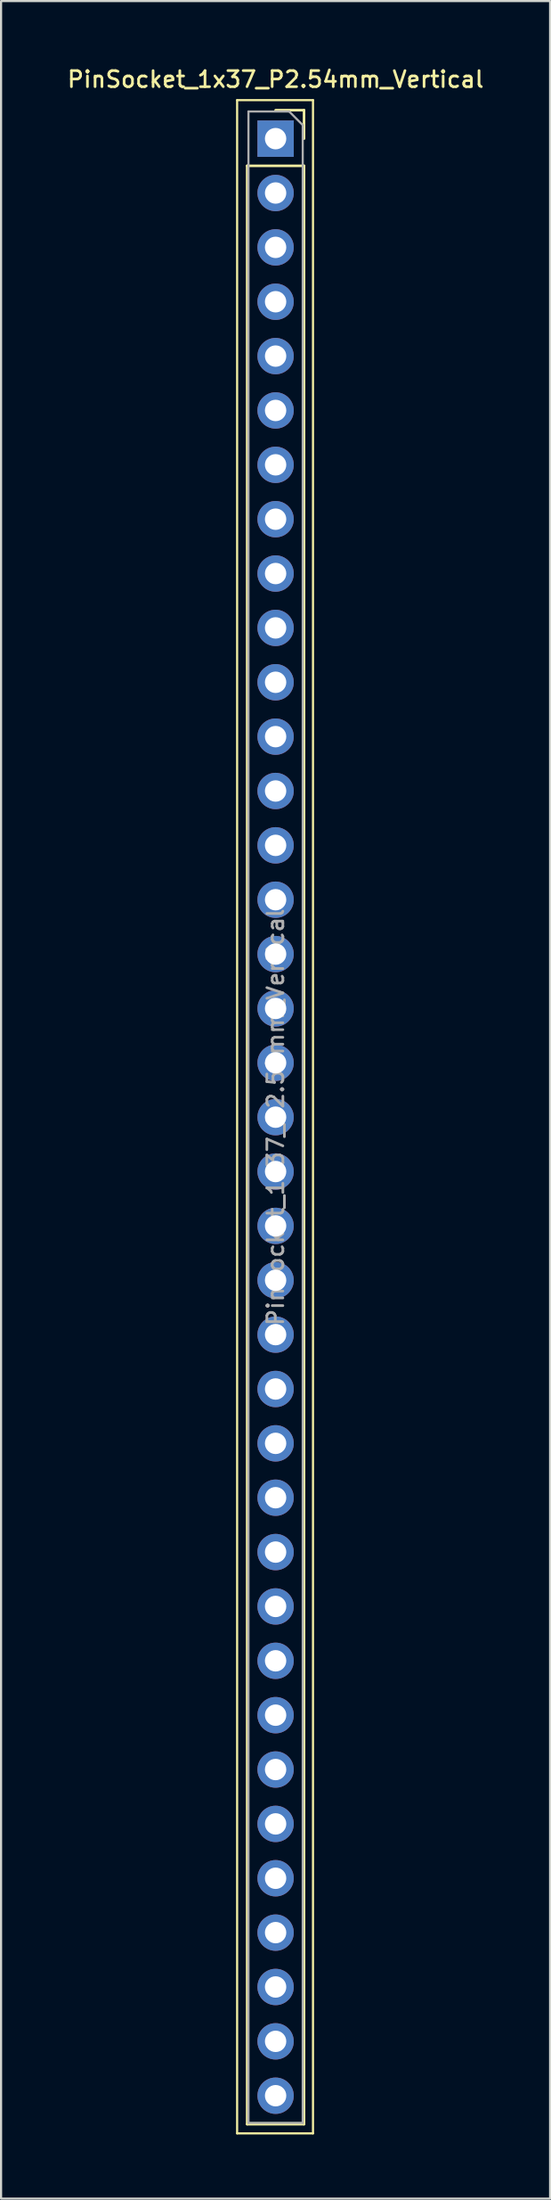
<source format=kicad_pcb>
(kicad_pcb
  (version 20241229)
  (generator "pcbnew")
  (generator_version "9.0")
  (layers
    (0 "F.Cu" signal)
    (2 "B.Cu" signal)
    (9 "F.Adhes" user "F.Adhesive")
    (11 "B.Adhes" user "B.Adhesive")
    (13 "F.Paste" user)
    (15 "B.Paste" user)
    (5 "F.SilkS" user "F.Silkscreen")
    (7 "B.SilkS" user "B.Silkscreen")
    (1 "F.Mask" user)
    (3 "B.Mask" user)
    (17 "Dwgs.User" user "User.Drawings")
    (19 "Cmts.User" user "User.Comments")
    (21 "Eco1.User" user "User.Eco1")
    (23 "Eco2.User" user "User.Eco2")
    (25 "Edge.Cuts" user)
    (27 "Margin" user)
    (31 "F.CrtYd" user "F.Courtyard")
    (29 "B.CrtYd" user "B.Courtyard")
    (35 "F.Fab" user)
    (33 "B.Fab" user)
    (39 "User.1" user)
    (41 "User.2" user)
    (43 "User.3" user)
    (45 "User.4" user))
  (footprint "PinSocket_1x37_P2.54mm_Vertical"
    (layer "F.Cu")
    (at 9.845 3.428)
    (property "Reference" "PinSocket_1x37_P2.54mm_Vertical" (at 0 -2.77 0) (layer "F.SilkS") (effects (font (size 0.75 0.75) (thickness 0.125))))
    (attr through_hole)
    (fp_line (start -1.8 -1.8) (end 1.75 -1.8) (stroke (width 0.1) (type solid)) (layer "F.SilkS"))
    (fp_line (start -1.8 93.2) (end -1.8 -1.8) (stroke (width 0.1) (type solid)) (layer "F.SilkS"))
    (fp_line (start -1.33 1.27) (end -1.33 92.77) (stroke (width 0.12) (type solid)) (layer "F.SilkS"))
    (fp_line (start -1.33 1.27) (end 1.33 1.27) (stroke (width 0.12) (type solid)) (layer "F.SilkS"))
    (fp_line (start -1.33 92.77) (end 1.33 92.77) (stroke (width 0.12) (type solid)) (layer "F.SilkS"))
    (fp_line (start 0 -1.33) (end 1.33 -1.33) (stroke (width 0.12) (type solid)) (layer "F.SilkS"))
    (fp_line (start 1.33 -1.33) (end 1.33 0) (stroke (width 0.12) (type solid)) (layer "F.SilkS"))
    (fp_line (start 1.33 1.27) (end 1.33 92.77) (stroke (width 0.12) (type solid)) (layer "F.SilkS"))
    (fp_line (start 1.75 -1.8) (end 1.75 93.2) (stroke (width 0.1) (type solid)) (layer "F.SilkS"))
    (fp_line (start 1.75 93.2) (end -1.8 93.2) (stroke (width 0.1) (type solid)) (layer "F.SilkS"))
    (fp_line (start -1.27 -1.27) (end 0.635 -1.27) (stroke (width 0.1) (type solid)) (layer "F.Fab"))
    (fp_line (start -1.27 92.71) (end -1.27 -1.27) (stroke (width 0.1) (type solid)) (layer "F.Fab"))
    (fp_line (start 0.635 -1.27) (end 1.27 -0.635) (stroke (width 0.1) (type solid)) (layer "F.Fab"))
    (fp_line (start 1.27 -0.635) (end 1.27 92.71) (stroke (width 0.1) (type solid)) (layer "F.Fab"))
    (fp_line (start 1.27 92.71) (end -1.27 92.71) (stroke (width 0.1) (type solid)) (layer "F.Fab"))
    (fp_text user "${REFERENCE}" (at 0 45.72 90) (layer "F.Fab") (effects (font (size 0.75 0.75) (thickness 0.125))))
    (pad "1" thru_hole rect (at 0 0) (size 1.7 1.7) (drill 1) (layers "*.Cu" "*.Mask"))
    (pad "2" thru_hole oval (at 0 2.54) (size 1.7 1.7) (drill 1) (layers "*.Cu" "*.Mask"))
    (pad "3" thru_hole oval (at 0 5.08) (size 1.7 1.7) (drill 1) (layers "*.Cu" "*.Mask"))
    (pad "4" thru_hole oval (at 0 7.62) (size 1.7 1.7) (drill 1) (layers "*.Cu" "*.Mask"))
    (pad "5" thru_hole oval (at 0 10.16) (size 1.7 1.7) (drill 1) (layers "*.Cu" "*.Mask"))
    (pad "6" thru_hole oval (at 0 12.7) (size 1.7 1.7) (drill 1) (layers "*.Cu" "*.Mask"))
    (pad "7" thru_hole oval (at 0 15.24) (size 1.7 1.7) (drill 1) (layers "*.Cu" "*.Mask"))
    (pad "8" thru_hole oval (at 0 17.78) (size 1.7 1.7) (drill 1) (layers "*.Cu" "*.Mask"))
    (pad "9" thru_hole oval (at 0 20.32) (size 1.7 1.7) (drill 1) (layers "*.Cu" "*.Mask"))
    (pad "10" thru_hole oval (at 0 22.86) (size 1.7 1.7) (drill 1) (layers "*.Cu" "*.Mask"))
    (pad "11" thru_hole oval (at 0 25.4) (size 1.7 1.7) (drill 1) (layers "*.Cu" "*.Mask"))
    (pad "12" thru_hole oval (at 0 27.94) (size 1.7 1.7) (drill 1) (layers "*.Cu" "*.Mask"))
    (pad "13" thru_hole oval (at 0 30.48) (size 1.7 1.7) (drill 1) (layers "*.Cu" "*.Mask"))
    (pad "14" thru_hole oval (at 0 33.02) (size 1.7 1.7) (drill 1) (layers "*.Cu" "*.Mask"))
    (pad "15" thru_hole oval (at 0 35.56) (size 1.7 1.7) (drill 1) (layers "*.Cu" "*.Mask"))
    (pad "16" thru_hole oval (at 0 38.1) (size 1.7 1.7) (drill 1) (layers "*.Cu" "*.Mask"))
    (pad "17" thru_hole oval (at 0 40.64) (size 1.7 1.7) (drill 1) (layers "*.Cu" "*.Mask"))
    (pad "18" thru_hole oval (at 0 43.18) (size 1.7 1.7) (drill 1) (layers "*.Cu" "*.Mask"))
    (pad "19" thru_hole oval (at 0 45.72) (size 1.7 1.7) (drill 1) (layers "*.Cu" "*.Mask"))
    (pad "20" thru_hole oval (at 0 48.26) (size 1.7 1.7) (drill 1) (layers "*.Cu" "*.Mask"))
    (pad "21" thru_hole oval (at 0 50.8) (size 1.7 1.7) (drill 1) (layers "*.Cu" "*.Mask"))
    (pad "22" thru_hole oval (at 0 53.34) (size 1.7 1.7) (drill 1) (layers "*.Cu" "*.Mask"))
    (pad "23" thru_hole oval (at 0 55.88) (size 1.7 1.7) (drill 1) (layers "*.Cu" "*.Mask"))
    (pad "24" thru_hole oval (at 0 58.42) (size 1.7 1.7) (drill 1) (layers "*.Cu" "*.Mask"))
    (pad "25" thru_hole oval (at 0 60.96) (size 1.7 1.7) (drill 1) (layers "*.Cu" "*.Mask"))
    (pad "26" thru_hole oval (at 0 63.5) (size 1.7 1.7) (drill 1) (layers "*.Cu" "*.Mask"))
    (pad "27" thru_hole oval (at 0 66.04) (size 1.7 1.7) (drill 1) (layers "*.Cu" "*.Mask"))
    (pad "28" thru_hole oval (at 0 68.58) (size 1.7 1.7) (drill 1) (layers "*.Cu" "*.Mask"))
    (pad "29" thru_hole oval (at 0 71.12) (size 1.7 1.7) (drill 1) (layers "*.Cu" "*.Mask"))
    (pad "30" thru_hole oval (at 0 73.66) (size 1.7 1.7) (drill 1) (layers "*.Cu" "*.Mask"))
    (pad "31" thru_hole oval (at 0 76.2) (size 1.7 1.7) (drill 1) (layers "*.Cu" "*.Mask"))
    (pad "32" thru_hole oval (at 0 78.74) (size 1.7 1.7) (drill 1) (layers "*.Cu" "*.Mask"))
    (pad "33" thru_hole oval (at 0 81.28) (size 1.7 1.7) (drill 1) (layers "*.Cu" "*.Mask"))
    (pad "34" thru_hole oval (at 0 83.82) (size 1.7 1.7) (drill 1) (layers "*.Cu" "*.Mask"))
    (pad "35" thru_hole oval (at 0 86.36) (size 1.7 1.7) (drill 1) (layers "*.Cu" "*.Mask"))
    (pad "36" thru_hole oval (at 0 88.9) (size 1.7 1.7) (drill 1) (layers "*.Cu" "*.Mask"))
    (pad "37" thru_hole oval (at 0 91.44) (size 1.7 1.7) (drill 1) (layers "*.Cu" "*.Mask")))
  (gr_rect
    (start -3 -3)
    (end 22.689 99.678)
    (stroke (width 0.1) (type default))
    (fill no)
    (layer "Edge.Cuts")))
</source>
